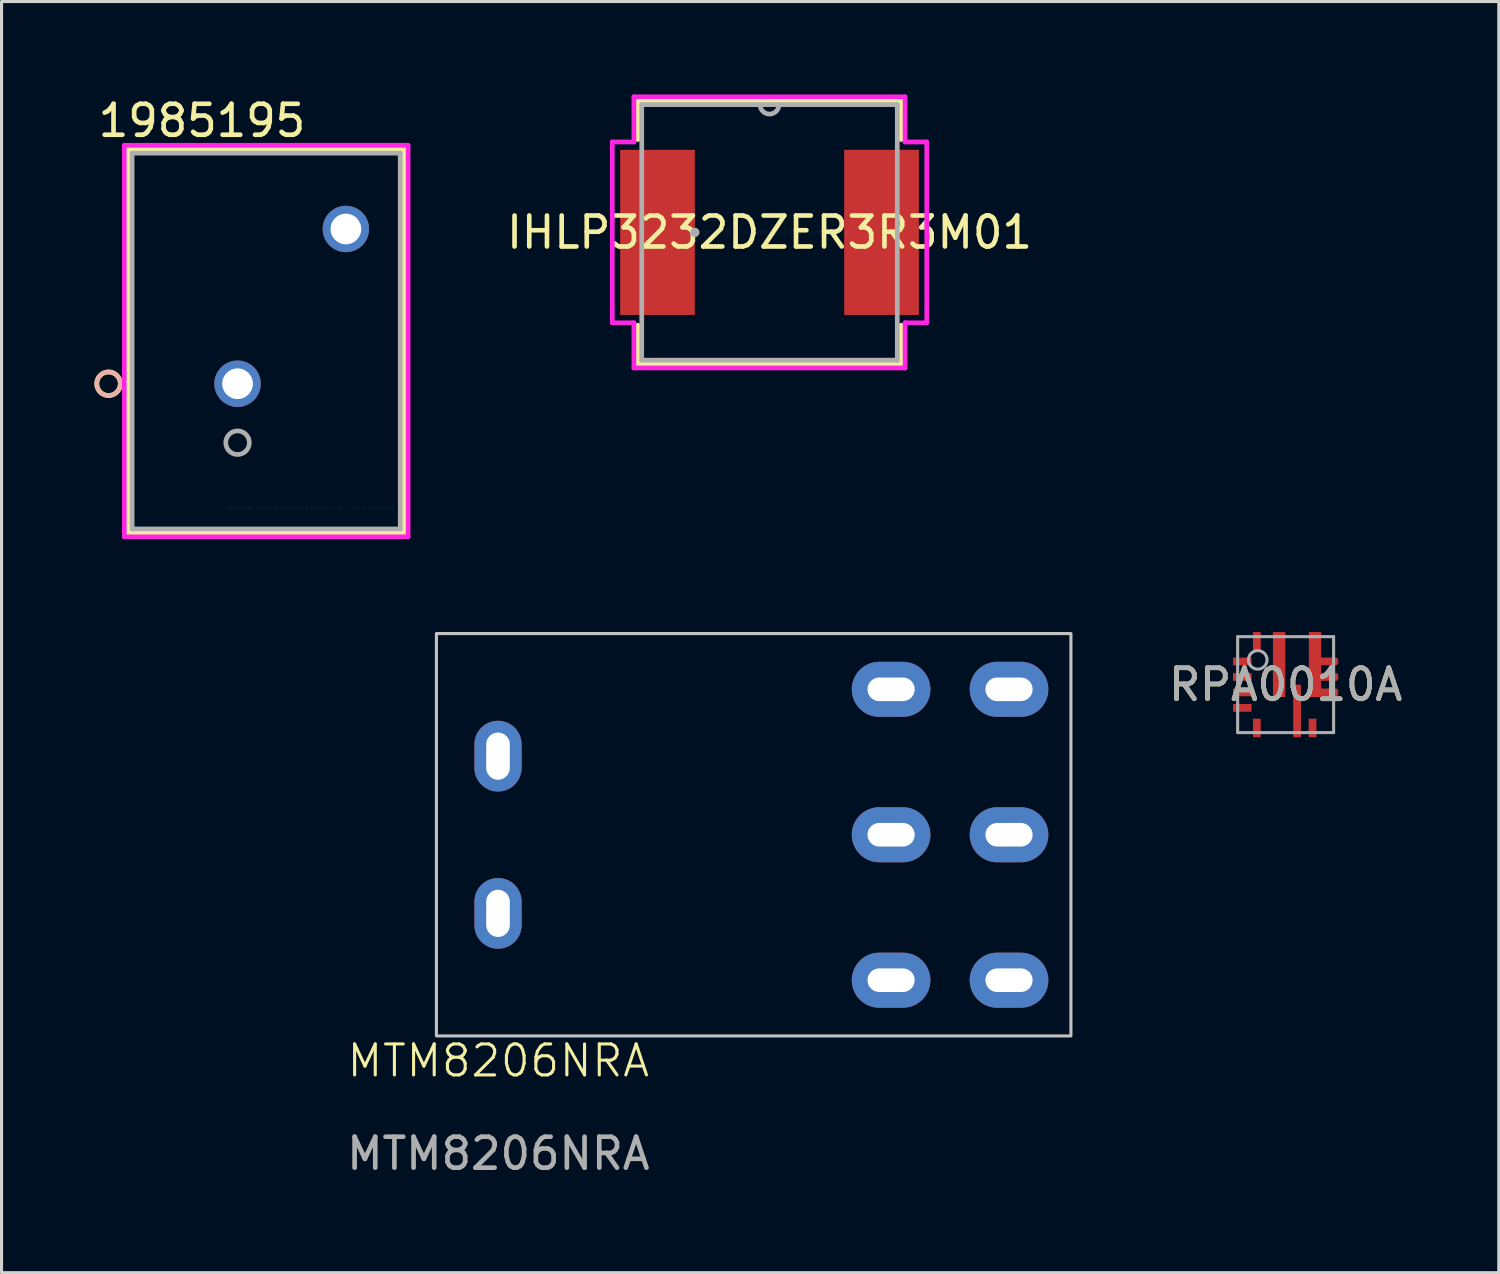
<source format=kicad_pcb>
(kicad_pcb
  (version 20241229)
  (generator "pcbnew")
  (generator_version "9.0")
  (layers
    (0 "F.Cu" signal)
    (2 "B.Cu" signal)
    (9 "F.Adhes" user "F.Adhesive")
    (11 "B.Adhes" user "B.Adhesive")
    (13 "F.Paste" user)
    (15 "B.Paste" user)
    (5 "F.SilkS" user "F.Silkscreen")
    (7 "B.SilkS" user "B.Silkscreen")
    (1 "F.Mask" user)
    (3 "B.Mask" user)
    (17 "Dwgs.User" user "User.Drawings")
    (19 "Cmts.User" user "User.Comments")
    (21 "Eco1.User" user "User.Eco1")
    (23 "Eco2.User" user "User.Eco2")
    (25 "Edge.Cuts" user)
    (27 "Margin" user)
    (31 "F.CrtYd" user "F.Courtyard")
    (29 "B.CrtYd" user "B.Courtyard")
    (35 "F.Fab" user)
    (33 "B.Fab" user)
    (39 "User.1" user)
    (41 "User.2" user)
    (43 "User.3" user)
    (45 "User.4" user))
  (footprint "IHLP3232DZER3R3M01"
    (layer "F.Cu")
    (at 21.812 4.458)
    (property "Reference" "IHLP3232DZER3R3M01" (at 0 0 0) (layer "F.SilkS") (effects (font (size 1 1) (thickness 0.15))))
    (attr through_hole)
    (fp_line (start -4.255 -4.255) (end -4.255 -3) (stroke (width 0.152) (type solid)) (layer "F.SilkS"))
    (fp_line (start -4.255 3) (end -4.255 4.255) (stroke (width 0.152) (type solid)) (layer "F.SilkS"))
    (fp_line (start -4.255 4.255) (end 4.255 4.255) (stroke (width 0.152) (type solid)) (layer "F.SilkS"))
    (fp_line (start 4.255 -4.255) (end -4.255 -4.255) (stroke (width 0.152) (type solid)) (layer "F.SilkS"))
    (fp_line (start 4.255 -3) (end 4.255 -4.255) (stroke (width 0.152) (type solid)) (layer "F.SilkS"))
    (fp_line (start 4.255 4.255) (end 4.255 3) (stroke (width 0.152) (type solid)) (layer "F.SilkS"))
    (fp_line (start -5.08 -2.921) (end -4.381 -2.921) (stroke (width 0.152) (type solid)) (layer "F.CrtYd"))
    (fp_line (start -5.08 2.921) (end -5.08 -2.921) (stroke (width 0.152) (type solid)) (layer "F.CrtYd"))
    (fp_line (start -5.08 2.921) (end -4.381 2.921) (stroke (width 0.152) (type solid)) (layer "F.CrtYd"))
    (fp_line (start -4.381 -4.381) (end 4.381 -4.381) (stroke (width 0.152) (type solid)) (layer "F.CrtYd"))
    (fp_line (start -4.381 -2.921) (end -4.381 -4.381) (stroke (width 0.152) (type solid)) (layer "F.CrtYd"))
    (fp_line (start -4.381 4.381) (end -4.381 2.921) (stroke (width 0.152) (type solid)) (layer "F.CrtYd"))
    (fp_line (start 4.381 -4.381) (end 4.381 -2.921) (stroke (width 0.152) (type solid)) (layer "F.CrtYd"))
    (fp_line (start 4.381 2.921) (end 4.381 4.381) (stroke (width 0.152) (type solid)) (layer "F.CrtYd"))
    (fp_line (start 4.381 4.381) (end -4.381 4.381) (stroke (width 0.152) (type solid)) (layer "F.CrtYd"))
    (fp_line (start 5.08 -2.921) (end 4.381 -2.921) (stroke (width 0.152) (type solid)) (layer "F.CrtYd"))
    (fp_line (start 5.08 -2.921) (end 5.08 2.921) (stroke (width 0.152) (type solid)) (layer "F.CrtYd"))
    (fp_line (start 5.08 2.921) (end 4.381 2.921) (stroke (width 0.152) (type solid)) (layer "F.CrtYd"))
    (fp_line (start -4.128 -4.128) (end -4.128 4.128) (stroke (width 0.152) (type solid)) (layer "F.Fab"))
    (fp_line (start -4.128 4.128) (end 4.128 4.128) (stroke (width 0.152) (type solid)) (layer "F.Fab"))
    (fp_line (start 4.128 -4.128) (end -4.128 -4.128) (stroke (width 0.152) (type solid)) (layer "F.Fab"))
    (fp_line (start 4.128 4.128) (end 4.128 -4.128) (stroke (width 0.152) (type solid)) (layer "F.Fab"))
    (fp_arc (start 0.3048 -4.1275) (mid 0 -3.8227) (end -0.3048 -4.1275) (stroke (width 0.1524) (type solid)) (layer "F.Fab"))
    (fp_circle (center -2.413 0) (end -2.337 0) (stroke (width 0.152) (type solid)) (fill no) (layer "F.Fab"))
    (fp_text user "Copyright 2016 Accelerated Designs. All rights reserved." (at 0 0 0) (layer "Cmts.User") (effects (font (size 0.127 0.127) (thickness 0.002))))
    (pad "1" smd rect (at -3.619 0) (size 2.413 5.334) (layers "F.Cu" "F.Mask" "F.Paste"))
    (pad "2" smd rect (at 3.619 0) (size 2.413 5.334) (layers "F.Cu" "F.Mask" "F.Paste")))
  (footprint "RPA0010A"
    (layer "F.Cu")
    (at 38.487 19.07)
    (property "Reference" "RPA0010A" (at 0 0 0) (unlocked yes) (layer "F.SilkS") (effects (font (size 1 1) (thickness 0.15))))
    (attr smd)
    (fp_poly (pts (xy 1 -0.675) (xy 1 -0.825) (xy 1.05 -0.875) (xy 1.65 -0.875) (xy 1.7 -0.825) (xy 1.7 -0.675) (xy 1.65 -0.625) (xy 1.05 -0.625)) (stroke (width 0) (type solid)) (fill yes) (layer "F.Cu"))
    (fp_poly (pts (xy 1 -0.175) (xy 1 -0.325) (xy 1.05 -0.375) (xy 1.65 -0.375) (xy 1.7 -0.325) (xy 1.7 -0.175) (xy 1.65 -0.125) (xy 1.05 -0.125)) (stroke (width 0) (type solid)) (fill yes) (layer "F.Cu"))
    (fp_poly (pts (xy 1 0.325) (xy 1 0.175) (xy 1.05 0.125) (xy 1.65 0.125) (xy 1.7 0.175) (xy 1.7 0.325) (xy 1.65 0.375) (xy 1.05 0.375)) (stroke (width 0) (type solid)) (fill yes) (layer "F.Cu"))
    (fp_poly (pts (xy 1 -0.675) (xy 1 -0.825) (xy 1.05 -0.875) (xy 1.65 -0.875) (xy 1.7 -0.825) (xy 1.7 -0.675) (xy 1.65 -0.625) (xy 1.05 -0.625)) (stroke (width 0) (type solid)) (fill yes) (layer "F.Mask"))
    (fp_poly (pts (xy 1 -0.175) (xy 1 -0.325) (xy 1.05 -0.375) (xy 1.65 -0.375) (xy 1.7 -0.325) (xy 1.7 -0.175) (xy 1.65 -0.125) (xy 1.05 -0.125)) (stroke (width 0) (type solid)) (fill yes) (layer "F.Mask"))
    (fp_poly (pts (xy 1 0.325) (xy 1 0.175) (xy 1.05 0.125) (xy 1.65 0.125) (xy 1.7 0.175) (xy 1.7 0.325) (xy 1.65 0.375) (xy 1.05 0.375)) (stroke (width 0) (type solid)) (fill yes) (layer "F.Mask"))
    (fp_poly (pts (xy 1 -0.675) (xy 1 -0.825) (xy 1.05 -0.875) (xy 1.65 -0.875) (xy 1.7 -0.825) (xy 1.7 -0.675) (xy 1.65 -0.625) (xy 1.05 -0.625)) (stroke (width 0) (type solid)) (fill yes) (layer "F.Paste"))
    (fp_poly (pts (xy 1 -0.175) (xy 1 -0.325) (xy 1.05 -0.375) (xy 1.65 -0.375) (xy 1.7 -0.325) (xy 1.7 -0.175) (xy 1.65 -0.125) (xy 1.05 -0.125)) (stroke (width 0) (type solid)) (fill yes) (layer "F.Paste"))
    (fp_poly (pts (xy 1 0.325) (xy 1 0.175) (xy 1.05 0.125) (xy 1.65 0.125) (xy 1.7 0.175) (xy 1.7 0.325) (xy 1.65 0.375) (xy 1.05 0.375)) (stroke (width 0) (type solid)) (fill yes) (layer "F.Paste"))
    (fp_poly (pts (xy -0.41 -0.8) (xy -0.41 -1.65) (xy -0.409 -1.66) (xy -0.406 -1.669) (xy -0.402 -1.678) (xy -0.395 -1.685) (xy -0.388 -1.692) (xy -0.379 -1.696) (xy -0.37 -1.699) (xy -0.36 -1.7) (xy -0.06 -1.7) (xy -0.05 -1.699) (xy -0.041 -1.696) (xy -0.032 -1.692) (xy -0.025 -1.685) (xy -0.018 -1.678) (xy -0.014 -1.669) (xy -0.011 -1.66) (xy -0.01 -1.65) (xy -0.01 -0.8) (xy -0.011 -0.79) (xy -0.014 -0.781) (xy -0.018 -0.772) (xy -0.025 -0.765) (xy -0.032 -0.758) (xy -0.041 -0.754) (xy -0.05 -0.751) (xy -0.06 -0.75) (xy -0.36 -0.75) (xy -0.37 -0.751) (xy -0.379 -0.754) (xy -0.388 -0.758) (xy -0.395 -0.765) (xy -0.402 -0.772) (xy -0.406 -0.781) (xy -0.409 -0.79)) (stroke (width 0) (type solid)) (fill yes) (layer "F.Paste"))
    (fp_poly (pts (xy -0.41 0.35) (xy -0.41 -0.5) (xy -0.409 -0.51) (xy -0.406 -0.519) (xy -0.402 -0.528) (xy -0.395 -0.535) (xy -0.388 -0.542) (xy -0.379 -0.546) (xy -0.37 -0.549) (xy -0.36 -0.55) (xy -0.06 -0.55) (xy -0.05 -0.549) (xy -0.041 -0.546) (xy -0.032 -0.542) (xy -0.025 -0.535) (xy -0.018 -0.528) (xy -0.014 -0.519) (xy -0.011 -0.51) (xy -0.01 -0.5) (xy -0.01 0.35) (xy -0.011 0.36) (xy -0.014 0.369) (xy -0.018 0.378) (xy -0.025 0.385) (xy -0.032 0.392) (xy -0.041 0.396) (xy -0.05 0.399) (xy -0.06 0.4) (xy -0.36 0.4) (xy -0.37 0.399) (xy -0.379 0.396) (xy -0.388 0.392) (xy -0.395 0.385) (xy -0.402 0.378) (xy -0.406 0.369) (xy -0.409 0.36)) (stroke (width 0) (type solid)) (fill yes) (layer "F.Paste"))
    (fp_poly (pts (xy 0.245 0.7) (xy 0.245 0.05) (xy 0.246 0.04) (xy 0.249 0.031) (xy 0.253 0.022) (xy 0.26 0.015) (xy 0.267 0.008) (xy 0.276 0.004) (xy 0.285 0.001) (xy 0.295 0) (xy 0.445 0) (xy 0.455 0.001) (xy 0.464 0.004) (xy 0.473 0.008) (xy 0.48 0.015) (xy 0.487 0.022) (xy 0.491 0.031) (xy 0.494 0.04) (xy 0.495 0.05) (xy 0.495 0.7) (xy 0.494 0.71) (xy 0.491 0.719) (xy 0.487 0.728) (xy 0.48 0.735) (xy 0.473 0.742) (xy 0.464 0.746) (xy 0.455 0.749) (xy 0.445 0.75) (xy 0.295 0.75) (xy 0.285 0.749) (xy 0.276 0.746) (xy 0.267 0.742) (xy 0.26 0.735) (xy 0.253 0.728) (xy 0.249 0.719) (xy 0.246 0.71)) (stroke (width 0) (type solid)) (fill yes) (layer "F.Paste"))
    (fp_poly (pts (xy 0.245 1.65) (xy 0.245 1) (xy 0.246 0.99) (xy 0.249 0.981) (xy 0.253 0.972) (xy 0.26 0.965) (xy 0.267 0.958) (xy 0.276 0.954) (xy 0.285 0.951) (xy 0.295 0.95) (xy 0.445 0.95) (xy 0.455 0.951) (xy 0.464 0.954) (xy 0.473 0.958) (xy 0.48 0.965) (xy 0.487 0.972) (xy 0.491 0.981) (xy 0.494 0.99) (xy 0.495 1) (xy 0.495 1.65) (xy 0.494 1.66) (xy 0.491 1.669) (xy 0.487 1.678) (xy 0.48 1.685) (xy 0.473 1.692) (xy 0.464 1.696) (xy 0.455 1.699) (xy 0.445 1.7) (xy 0.295 1.7) (xy 0.285 1.699) (xy 0.276 1.696) (xy 0.267 1.692) (xy 0.26 1.685) (xy 0.253 1.678) (xy 0.249 1.669) (xy 0.246 1.66)) (stroke (width 0) (type solid)) (fill yes) (layer "F.Paste"))
    (fp_line (start -1.55 -1.55) (end 1.55 -1.55) (stroke (width 0.1) (type solid)) (layer "F.Fab"))
    (fp_line (start -1.55 1.55) (end -1.55 -1.55) (stroke (width 0.1) (type solid)) (layer "F.Fab"))
    (fp_line (start -1.55 1.55) (end 1.55 1.55) (stroke (width 0.1) (type solid)) (layer "F.Fab"))
    (fp_line (start 1.55 1.55) (end 1.55 -1.55) (stroke (width 0.1) (type solid)) (layer "F.Fab"))
    (fp_circle (center -0.9 -0.8) (end -0.6 -0.8) (stroke (width 0.1) (type solid)) (fill no) (layer "F.Fab"))
    (fp_text user "${REFERENCE}" (at 0 0 0) (unlocked yes) (layer "F.Fab") (effects (font (size 1 1) (thickness 0.15))))
    (pad "1" smd rect (at -1.4 -0.75) (size 0.6 0.25) (layers "F.Cu" "F.Mask" "F.Paste"))
    (pad "2" smd rect (at -1.4 -0.25) (size 0.6 0.25) (layers "F.Cu" "F.Mask" "F.Paste"))
    (pad "3" smd rect (at -1.4 0.25) (size 0.6 0.25) (layers "F.Cu" "F.Mask" "F.Paste"))
    (pad "4" smd rect (at -1.4 0.75) (size 0.6 0.25) (layers "F.Cu" "F.Mask" "F.Paste"))
    (pad "5" smd rect (at -0.93 1.4 90) (size 0.6 0.25) (layers "F.Cu" "F.Mask" "F.Paste"))
    (pad "6" smd rect (at 0.37 0.85 90) (size 1.7 0.25) (layers "F.Cu" "F.Mask"))
    (pad "7" smd rect (at 0.87 1.4 90) (size 0.6 0.25) (layers "F.Cu" "F.Mask" "F.Paste"))
    (pad "8" smd rect (at 0.95 -0.65 90) (size 2.1 0.4) (layers "F.Cu" "F.Mask" "F.Paste"))
    (pad "9" smd rect (at -0.21 -0.65 90) (size 2.1 0.4) (layers "F.Cu" "F.Mask"))
    (pad "10" smd rect (at -0.93 -1.4 90) (size 0.6 0.25) (layers "F.Cu" "F.Mask" "F.Paste")))
  (footprint "MTM8206NRA"
    (layer "F.Cu")
    (at 29.55 19.221)
    (property "Reference" "MTM8206NRA" (at -16.5 12 0) (unlocked yes) (layer "F.SilkS") (effects (font (size 1 1) (thickness 0.1))))
    (attr through_hole)
    (fp_rect (start -18.5 -1.801) (end 2 11.199) (stroke (width 0.1) (type default)) (fill no) (layer "Dwgs.User"))
    (fp_rect (start -29.5 -1.801) (end 2 11.199) (stroke (width 0.1) (type default)) (fill no) (layer "Margin"))
    (fp_text user "${REFERENCE}" (at -16.5 15 0) (unlocked yes) (layer "F.Fab") (effects (font (size 1 1) (thickness 0.15))))
    (pad "1" thru_hole oval (at 0 0) (size 2.54 1.778) (drill oval 1.524 0.762) (layers "*.Cu" "*.Mask"))
    (pad "2" thru_hole oval (at 0 4.699) (size 2.54 1.778) (drill oval 1.524 0.762) (layers "*.Cu" "*.Mask"))
    (pad "3" thru_hole oval (at 0 9.398) (size 2.54 1.778) (drill oval 1.524 0.762) (layers "*.Cu" "*.Mask"))
    (pad "4" thru_hole oval (at -3.81 0) (size 2.54 1.778) (drill oval 1.524 0.762) (layers "*.Cu" "*.Mask"))
    (pad "5" thru_hole oval (at -3.81 4.699) (size 2.54 1.778) (drill oval 1.524 0.762) (layers "*.Cu" "*.Mask"))
    (pad "6" thru_hole oval (at -3.81 9.398) (size 2.54 1.778) (drill oval 1.524 0.762) (layers "*.Cu" "*.Mask"))
    (pad "7" thru_hole oval (at -16.51 2.159) (size 1.524 2.286) (drill oval 0.762 1.524) (layers "*.Cu" "*.Mask"))
    (pad "8" thru_hole oval (at -16.51 7.239) (size 1.524 2.286) (drill oval 0.762 1.524) (layers "*.Cu" "*.Mask")))
  (footprint "1985195"
    (layer "F.Cu")
    (at 6.475 9.348)
    (property "Reference" "1985195" (at -3 -8.5 0) (layer "F.SilkS") (effects (font (size 1 1) (thickness 0.15))))
    (attr through_hole)
    (fp_line (start -5.383 -7.577) (end -5.383 4.818) (stroke (width 0.152) (type solid)) (layer "F.SilkS"))
    (fp_line (start -5.383 4.818) (end 3.533 4.818) (stroke (width 0.152) (type solid)) (layer "F.SilkS"))
    (fp_line (start 3.533 -7.577) (end -5.383 -7.577) (stroke (width 0.152) (type solid)) (layer "F.SilkS"))
    (fp_line (start 3.533 4.818) (end 3.533 -7.577) (stroke (width 0.152) (type solid)) (layer "F.SilkS"))
    (fp_circle (center -6.018 0) (end -5.637 0) (stroke (width 0.152) (type solid)) (fill no) (layer "F.SilkS"))
    (fp_circle (center -6.018 0) (end -5.637 0) (stroke (width 0.152) (type solid)) (fill no) (layer "B.SilkS"))
    (fp_line (start -5.51 -7.704) (end -5.51 4.945) (stroke (width 0.152) (type solid)) (layer "F.CrtYd"))
    (fp_line (start -5.51 4.945) (end 3.66 4.945) (stroke (width 0.152) (type solid)) (layer "F.CrtYd"))
    (fp_line (start 3.66 -7.704) (end -5.51 -7.704) (stroke (width 0.152) (type solid)) (layer "F.CrtYd"))
    (fp_line (start 3.66 4.945) (end 3.66 -7.704) (stroke (width 0.152) (type solid)) (layer "F.CrtYd"))
    (fp_line (start -5.256 -7.45) (end -5.256 4.691) (stroke (width 0.152) (type solid)) (layer "F.Fab"))
    (fp_line (start -5.256 4.691) (end 3.406 4.691) (stroke (width 0.152) (type solid)) (layer "F.Fab"))
    (fp_line (start 3.406 -7.45) (end -5.256 -7.45) (stroke (width 0.152) (type solid)) (layer "F.Fab"))
    (fp_line (start 3.406 4.691) (end 3.406 -7.45) (stroke (width 0.152) (type solid)) (layer "F.Fab"))
    (fp_circle (center -1.85 1.905) (end -1.469 1.905) (stroke (width 0.152) (type solid)) (fill no) (layer "F.Fab"))
    (fp_text user "Copyright 2016 Accelerated Designs. All rights reserved." (at 0.5 4 0) (layer "Cmts.User") (effects (font (size 0.127 0.127) (thickness 0.002))))
    (pad "1" thru_hole circle (at -1.85 0) (size 1.499 1.499) (drill 0.991) (layers "*.Cu" "*.Mask"))
    (pad "2" thru_hole circle (at 1.65 -5) (size 1.499 1.499) (drill 0.991) (layers "*.Cu" "*.Mask")))
  (gr_rect
    (start -3 -3)
    (end 45.374 38.069)
    (stroke (width 0.1) (type default))
    (fill no)
    (layer "Edge.Cuts")))
</source>
